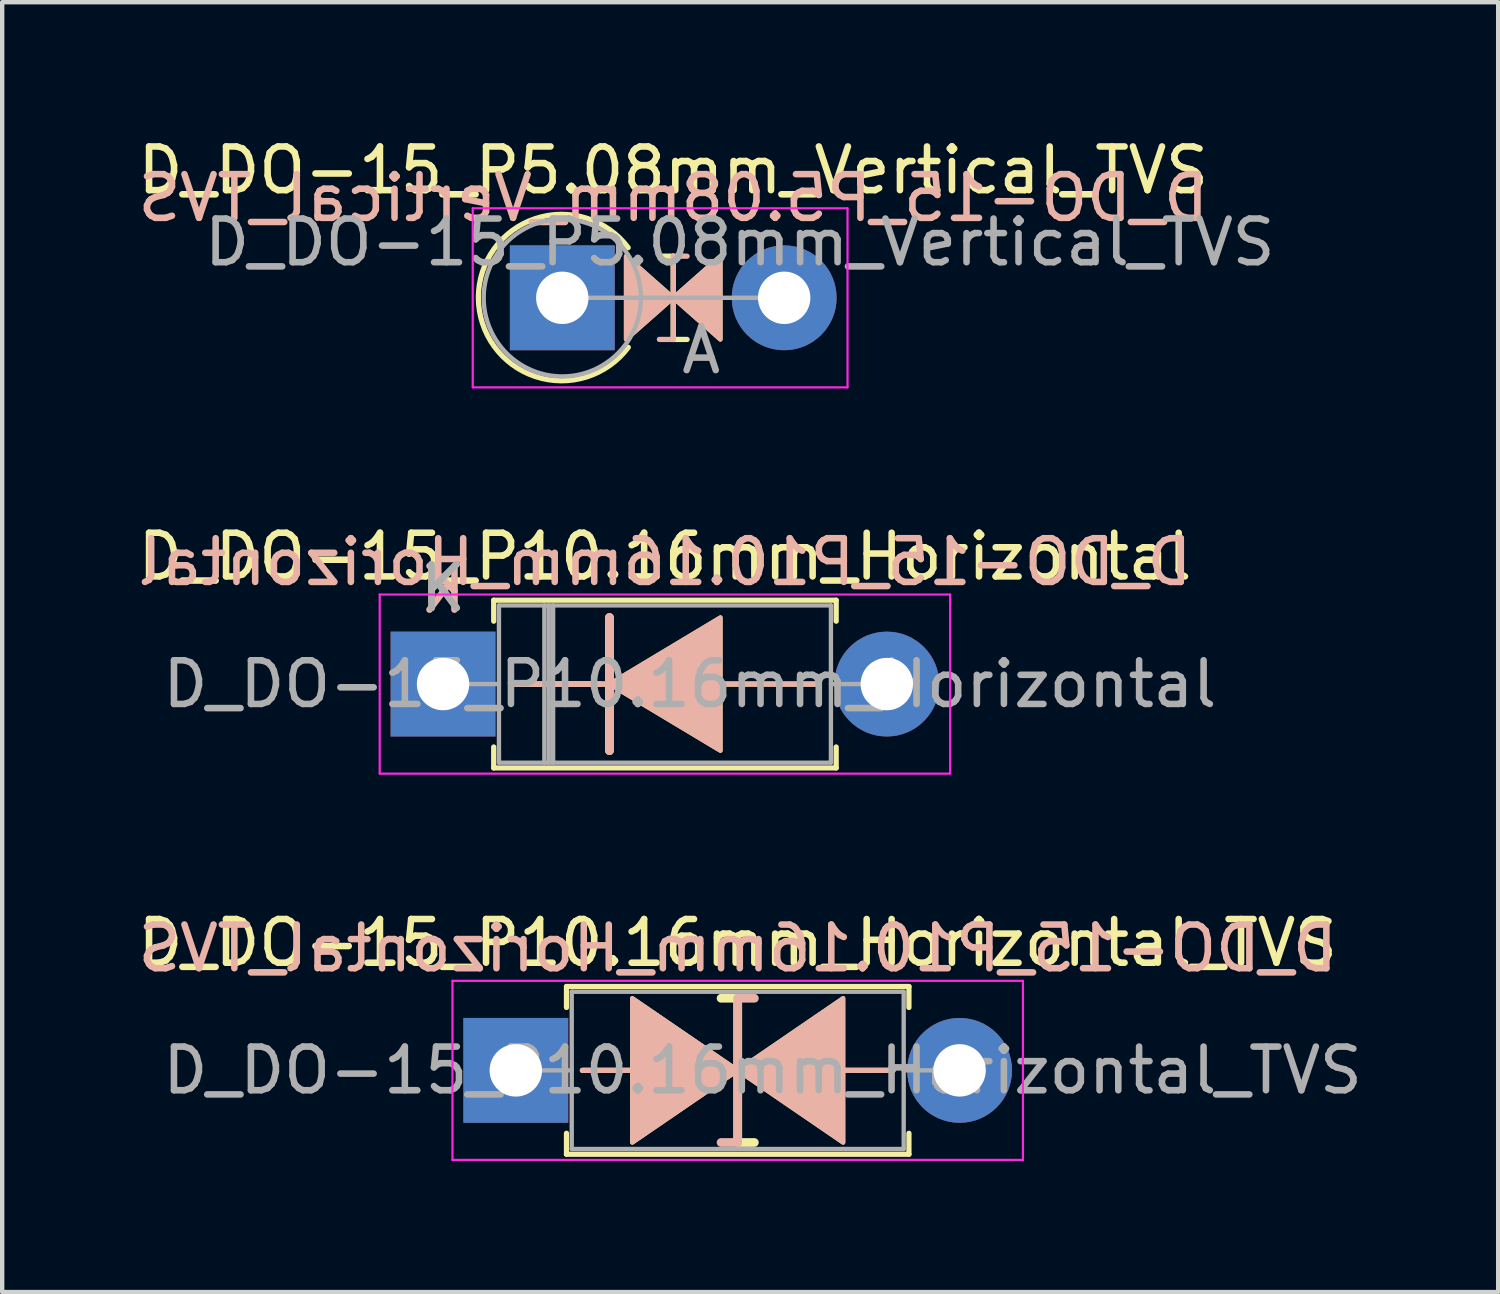
<source format=kicad_pcb>
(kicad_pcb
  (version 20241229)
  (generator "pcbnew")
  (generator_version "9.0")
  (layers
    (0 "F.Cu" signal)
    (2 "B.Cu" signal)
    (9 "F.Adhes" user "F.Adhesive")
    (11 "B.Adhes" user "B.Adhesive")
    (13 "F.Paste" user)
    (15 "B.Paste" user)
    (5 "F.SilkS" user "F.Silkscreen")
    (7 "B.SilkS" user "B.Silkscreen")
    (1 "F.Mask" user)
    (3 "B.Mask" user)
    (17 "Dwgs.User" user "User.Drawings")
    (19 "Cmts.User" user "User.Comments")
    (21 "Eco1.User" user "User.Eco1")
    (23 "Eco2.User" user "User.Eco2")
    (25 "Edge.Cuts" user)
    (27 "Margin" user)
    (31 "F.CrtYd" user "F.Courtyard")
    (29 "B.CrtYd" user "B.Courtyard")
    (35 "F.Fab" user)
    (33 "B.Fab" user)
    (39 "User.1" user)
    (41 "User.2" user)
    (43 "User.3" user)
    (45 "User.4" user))
  (footprint "D_DO-15_P10.16mm_Horizontal_TVS"
    (layer "F.Cu")
    (at 8.759 21.455)
    (property "Reference" "D_DO-15_P10.16mm_Horizontal_TVS" (at 5.08 -2.92 0) (layer "F.SilkS") (effects (font (size 1 1) (thickness 0.15))))
    (fp_line (start 1.16 -1.92) (end 9 -1.92) (stroke (width 0.12) (type solid)) (layer "F.SilkS"))
    (fp_line (start 1.16 -1.44) (end 1.16 -1.92) (stroke (width 0.12) (type solid)) (layer "F.SilkS"))
    (fp_line (start 1.16 1.44) (end 1.16 1.92) (stroke (width 0.12) (type solid)) (layer "F.SilkS"))
    (fp_line (start 1.16 1.92) (end 9 1.92) (stroke (width 0.12) (type solid)) (layer "F.SilkS"))
    (fp_line (start 1.524 0) (end 2.667 0) (stroke (width 0.12) (type solid)) (layer "F.SilkS"))
    (fp_line (start 5.08 -1.651) (end 4.699 -1.651) (stroke (width 0.2) (type solid)) (layer "F.SilkS"))
    (fp_line (start 5.08 1.651) (end 5.08 -1.651) (stroke (width 0.2) (type solid)) (layer "F.SilkS"))
    (fp_line (start 5.461 1.651) (end 5.08 1.651) (stroke (width 0.2) (type solid)) (layer "F.SilkS"))
    (fp_line (start 8.636 0) (end 7.493 0) (stroke (width 0.12) (type solid)) (layer "F.SilkS"))
    (fp_line (start 9 -1.92) (end 9 -1.44) (stroke (width 0.12) (type solid)) (layer "F.SilkS"))
    (fp_line (start 9 1.92) (end 9 1.44) (stroke (width 0.12) (type solid)) (layer "F.SilkS"))
    (fp_poly (pts (xy 5.08 0) (xy 2.667 1.651) (xy 2.667 -1.651)) (stroke (width 0.1) (type solid)) (fill yes) (layer "F.SilkS"))
    (fp_poly (pts (xy 5.08 0) (xy 7.493 -1.651) (xy 7.493 1.651)) (stroke (width 0.1) (type solid)) (fill yes) (layer "F.SilkS"))
    (fp_line (start 1.524 0) (end 2.667 0) (stroke (width 0.12) (type solid)) (layer "B.SilkS"))
    (fp_line (start 5.08 -1.651) (end 5.08 1.651) (stroke (width 0.2) (type solid)) (layer "B.SilkS"))
    (fp_line (start 5.08 1.651) (end 4.699 1.651) (stroke (width 0.2) (type solid)) (layer "B.SilkS"))
    (fp_line (start 5.461 -1.651) (end 5.08 -1.651) (stroke (width 0.2) (type solid)) (layer "B.SilkS"))
    (fp_line (start 8.636 0) (end 7.493 0) (stroke (width 0.12) (type solid)) (layer "B.SilkS"))
    (fp_poly (pts (xy 5.08 0) (xy 2.667 -1.651) (xy 2.667 1.651)) (stroke (width 0.1) (type solid)) (fill yes) (layer "B.SilkS"))
    (fp_poly (pts (xy 5.08 0) (xy 7.493 1.651) (xy 7.493 -1.651)) (stroke (width 0.1) (type solid)) (fill yes) (layer "B.SilkS"))
    (fp_line (start -1.45 -2.05) (end -1.45 2.05) (stroke (width 0.05) (type solid)) (layer "F.CrtYd"))
    (fp_line (start -1.45 2.05) (end 11.61 2.05) (stroke (width 0.05) (type solid)) (layer "F.CrtYd"))
    (fp_line (start 11.61 -2.05) (end -1.45 -2.05) (stroke (width 0.05) (type solid)) (layer "F.CrtYd"))
    (fp_line (start 11.61 2.05) (end 11.61 -2.05) (stroke (width 0.05) (type solid)) (layer "F.CrtYd"))
    (fp_line (start 0 0) (end 1.28 0) (stroke (width 0.1) (type solid)) (layer "F.Fab"))
    (fp_line (start 1.28 -1.8) (end 1.28 1.8) (stroke (width 0.1) (type solid)) (layer "F.Fab"))
    (fp_line (start 1.28 1.8) (end 8.88 1.8) (stroke (width 0.1) (type solid)) (layer "F.Fab"))
    (fp_line (start 8.88 -1.8) (end 1.28 -1.8) (stroke (width 0.1) (type solid)) (layer "F.Fab"))
    (fp_line (start 8.88 1.8) (end 8.88 -1.8) (stroke (width 0.1) (type solid)) (layer "F.Fab"))
    (fp_line (start 10.16 0) (end 8.88 0) (stroke (width 0.1) (type solid)) (layer "F.Fab"))
    (fp_text user "${REFERENCE}" (at 5.08 -2.794 0) (layer "B.SilkS") (effects (font (size 1 1) (thickness 0.15)) (justify mirror)))
    (fp_text user "${REFERENCE}" (at 5.65 0 0) (layer "F.Fab") (effects (font (size 1 1) (thickness 0.15))))
    (pad "1" thru_hole rect (at 0 0) (size 2.4 2.4) (drill 1.2) (layers "*.Cu" "*.Mask"))
    (pad "2" thru_hole oval (at 10.16 0) (size 2.4 2.4) (drill 1.2) (layers "*.Cu" "*.Mask")))
  (footprint "D_DO-15_P10.16mm_Horizontal"
    (layer "F.Cu")
    (at 7.093 12.611)
    (property "Reference" "D_DO-15_P10.16mm_Horizontal" (at 5.08 -2.92 0) (layer "F.SilkS") (effects (font (size 1 1) (thickness 0.15))))
    (fp_line (start 1.16 -1.92) (end 9 -1.92) (stroke (width 0.12) (type solid)) (layer "F.SilkS"))
    (fp_line (start 1.16 -1.44) (end 1.16 -1.92) (stroke (width 0.12) (type solid)) (layer "F.SilkS"))
    (fp_line (start 1.16 1.44) (end 1.16 1.92) (stroke (width 0.12) (type solid)) (layer "F.SilkS"))
    (fp_line (start 1.16 1.92) (end 9 1.92) (stroke (width 0.12) (type solid)) (layer "F.SilkS"))
    (fp_line (start 1.6 0) (end 3.81 0) (stroke (width 0.12) (type solid)) (layer "F.SilkS"))
    (fp_line (start 3.6 0) (end 1.6 0) (stroke (width 0.12) (type solid)) (layer "F.SilkS"))
    (fp_line (start 3.81 -1.524) (end 3.81 1.524) (stroke (width 0.2) (type solid)) (layer "F.SilkS"))
    (fp_line (start 8.6 0) (end 6.413 0) (stroke (width 0.12) (type solid)) (layer "F.SilkS"))
    (fp_line (start 9 -1.92) (end 9 -1.44) (stroke (width 0.12) (type solid)) (layer "F.SilkS"))
    (fp_line (start 9 1.92) (end 9 1.44) (stroke (width 0.12) (type solid)) (layer "F.SilkS"))
    (fp_poly (pts (xy 6.35 1.524) (xy 3.81 0) (xy 6.35 -1.524)) (stroke (width 0.1) (type solid)) (fill yes) (layer "F.SilkS"))
    (fp_line (start 1.6 0) (end 3.81 0) (stroke (width 0.12) (type solid)) (layer "B.SilkS"))
    (fp_line (start 3.6 0) (end 1.6 0) (stroke (width 0.12) (type solid)) (layer "B.SilkS"))
    (fp_line (start 3.81 1.524) (end 3.81 -1.524) (stroke (width 0.2) (type solid)) (layer "B.SilkS"))
    (fp_line (start 8.6 0) (end 6.413 0) (stroke (width 0.12) (type solid)) (layer "B.SilkS"))
    (fp_poly (pts (xy 6.35 -1.524) (xy 3.81 0) (xy 6.35 1.524)) (stroke (width 0.1) (type solid)) (fill yes) (layer "B.SilkS"))
    (fp_line (start -1.45 -2.05) (end -1.45 2.05) (stroke (width 0.05) (type solid)) (layer "F.CrtYd"))
    (fp_line (start -1.45 2.05) (end 11.61 2.05) (stroke (width 0.05) (type solid)) (layer "F.CrtYd"))
    (fp_line (start 11.61 -2.05) (end -1.45 -2.05) (stroke (width 0.05) (type solid)) (layer "F.CrtYd"))
    (fp_line (start 11.61 2.05) (end 11.61 -2.05) (stroke (width 0.05) (type solid)) (layer "F.CrtYd"))
    (fp_line (start 0 0) (end 1.28 0) (stroke (width 0.1) (type solid)) (layer "F.Fab"))
    (fp_line (start 1.28 -1.8) (end 1.28 1.8) (stroke (width 0.1) (type solid)) (layer "F.Fab"))
    (fp_line (start 1.28 1.8) (end 8.88 1.8) (stroke (width 0.1) (type solid)) (layer "F.Fab"))
    (fp_line (start 2.32 -1.8) (end 2.32 1.8) (stroke (width 0.1) (type solid)) (layer "F.Fab"))
    (fp_line (start 2.42 -1.8) (end 2.42 1.8) (stroke (width 0.1) (type solid)) (layer "F.Fab"))
    (fp_line (start 2.52 -1.8) (end 2.52 1.8) (stroke (width 0.1) (type solid)) (layer "F.Fab"))
    (fp_line (start 8.88 -1.8) (end 1.28 -1.8) (stroke (width 0.1) (type solid)) (layer "F.Fab"))
    (fp_line (start 8.88 1.8) (end 8.88 -1.8) (stroke (width 0.1) (type solid)) (layer "F.Fab"))
    (fp_line (start 10.16 0) (end 8.88 0) (stroke (width 0.1) (type solid)) (layer "F.Fab"))
    (fp_text user "K" (at 0 -2.2 0) (layer "F.SilkS") (effects (font (size 1 1) (thickness 0.15))))
    (fp_text user "K" (at 0 -2.159 0) (layer "B.SilkS") (effects (font (size 1 1) (thickness 0.15)) (justify mirror)))
    (fp_text user "${REFERENCE}" (at 5.08 -2.794 0) (layer "B.SilkS") (effects (font (size 1 1) (thickness 0.15)) (justify mirror)))
    (fp_text user "${REFERENCE}" (at 5.65 0 0) (layer "F.Fab") (effects (font (size 1 1) (thickness 0.15))))
    (fp_text user "K" (at 0 -2.2 0) (layer "F.Fab") (effects (font (size 1 1) (thickness 0.15))))
    (pad "1" thru_hole rect (at 0 0) (size 2.4 2.4) (drill 1.2) (layers "*.Cu" "*.Mask"))
    (pad "2" thru_hole oval (at 10.16 0) (size 2.4 2.4) (drill 1.2) (layers "*.Cu" "*.Mask")))
  (footprint "D_DO-15_P5.08mm_Vertical_TVS"
    (layer "F.Cu")
    (at 9.823 3.768)
    (property "Reference" "D_DO-15_P5.08mm_Vertical_TVS" (at 2.54 -2.92 0) (layer "F.SilkS") (effects (font (size 1 1) (thickness 0.15))))
    (fp_line (start 2.223 -0.953) (end 2.54 -0.953) (stroke (width 0.12) (type solid)) (layer "F.SilkS"))
    (fp_line (start 2.54 -0.953) (end 2.54 0.953) (stroke (width 0.12) (type solid)) (layer "F.SilkS"))
    (fp_line (start 2.54 0.953) (end 2.857 0.953) (stroke (width 0.12) (type solid)) (layer "F.SilkS"))
    (fp_arc (start 1.510971 1.133282) (mid -1.921017 -0.003227) (end 1.507982 -1.148722) (stroke (width 0.12) (type solid)) (layer "F.SilkS"))
    (fp_poly (pts (xy 1.46 -0.953) (xy 2.54 0) (xy 1.46 0.953)) (stroke (width 0.1) (type solid)) (fill yes) (layer "F.SilkS"))
    (fp_poly (pts (xy 3.619 0.953) (xy 2.54 0) (xy 3.619 -0.953)) (stroke (width 0.1) (type solid)) (fill yes) (layer "F.SilkS"))
    (fp_line (start 2.223 0.953) (end 2.54 0.953) (stroke (width 0.12) (type solid)) (layer "B.SilkS"))
    (fp_line (start 2.54 -0.953) (end 2.857 -0.953) (stroke (width 0.12) (type solid)) (layer "B.SilkS"))
    (fp_line (start 2.54 0.953) (end 2.54 -0.953) (stroke (width 0.12) (type solid)) (layer "B.SilkS"))
    (fp_poly (pts (xy 1.46 0.953) (xy 2.54 0) (xy 1.46 -0.953)) (stroke (width 0.1) (type solid)) (fill yes) (layer "B.SilkS"))
    (fp_poly (pts (xy 3.619 -0.953) (xy 2.54 0) (xy 3.619 0.953)) (stroke (width 0.1) (type solid)) (fill yes) (layer "B.SilkS"))
    (fp_line (start -2.05 -2.05) (end -2.05 2.05) (stroke (width 0.05) (type solid)) (layer "F.CrtYd"))
    (fp_line (start -2.05 2.05) (end 6.53 2.05) (stroke (width 0.05) (type solid)) (layer "F.CrtYd"))
    (fp_line (start 6.53 -2.05) (end -2.05 -2.05) (stroke (width 0.05) (type solid)) (layer "F.CrtYd"))
    (fp_line (start 6.53 2.05) (end 6.53 -2.05) (stroke (width 0.05) (type solid)) (layer "F.CrtYd"))
    (fp_line (start 0 0) (end 5.08 0) (stroke (width 0.1) (type solid)) (layer "F.Fab"))
    (fp_circle (center 0 0) (end 1.8 0) (stroke (width 0.1) (type solid)) (fill no) (layer "F.Fab"))
    (fp_text user "${REFERENCE}" (at 2.54 -2.286 0) (layer "B.SilkS") (effects (font (size 1 1) (thickness 0.15)) (justify mirror)))
    (fp_text user "A" (at 3.18 1.2 0) (layer "F.Fab") (effects (font (size 1 1) (thickness 0.15))))
    (fp_text user "${REFERENCE}" (at 4.064 -1.27 0) (layer "F.Fab") (effects (font (size 1 1) (thickness 0.15))))
    (pad "1" thru_hole rect (at 0 0) (size 2.4 2.4) (drill 1.2) (layers "*.Cu" "*.Mask"))
    (pad "2" thru_hole oval (at 5.08 0) (size 2.4 2.4) (drill 1.2) (layers "*.Cu" "*.Mask")))
  (gr_rect
    (start -3 -3)
    (end 31.249 26.53)
    (stroke (width 0.1) (type default))
    (fill no)
    (layer "Edge.Cuts")))
</source>
